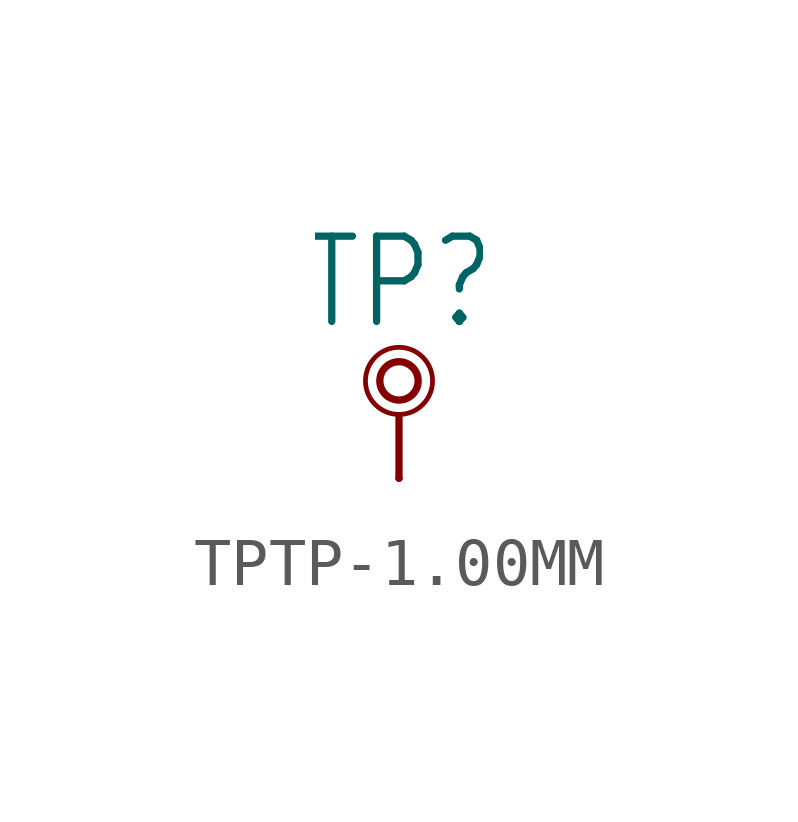
<source format=kicad_sym>
(kicad_symbol_lib
  (version 20211014)
  (generator kicad_symbol_editor)
  (symbol "TPTP-1.00MM"
    (property "Reference" "TP"
      (at 0 0.508 0)
      (effects (font (size 1.778 1.511)) (justify bottom)))
    (property "ki_locked" ""
      (at 0 0 0)
      (effects (font (size 1.27 1.27))))
    (symbol "TPTP-1.00MM_1_0"
      (circle (center 0 -0.508) (radius 0.4) (stroke (width 0) (type default) (color 0 0 0 0)) (fill (type none)))
      (circle (center 0 -0.508) (radius 0.7) (stroke (width 0.1) (type default) (color 0 0 0 0)) (fill (type none)))
      (polyline (pts (xy 0 -2.54) (xy 0 -1.27)) (stroke (width 0.152) (type default) (color 0 0 0 0)) (fill (type none)))
      (pin passive line (at 0 -2.54 90) (length 0) (name "P$1" (effects (font (size 0 0)))) (number "X" (effects (font (size 0 0))))))))
</source>
